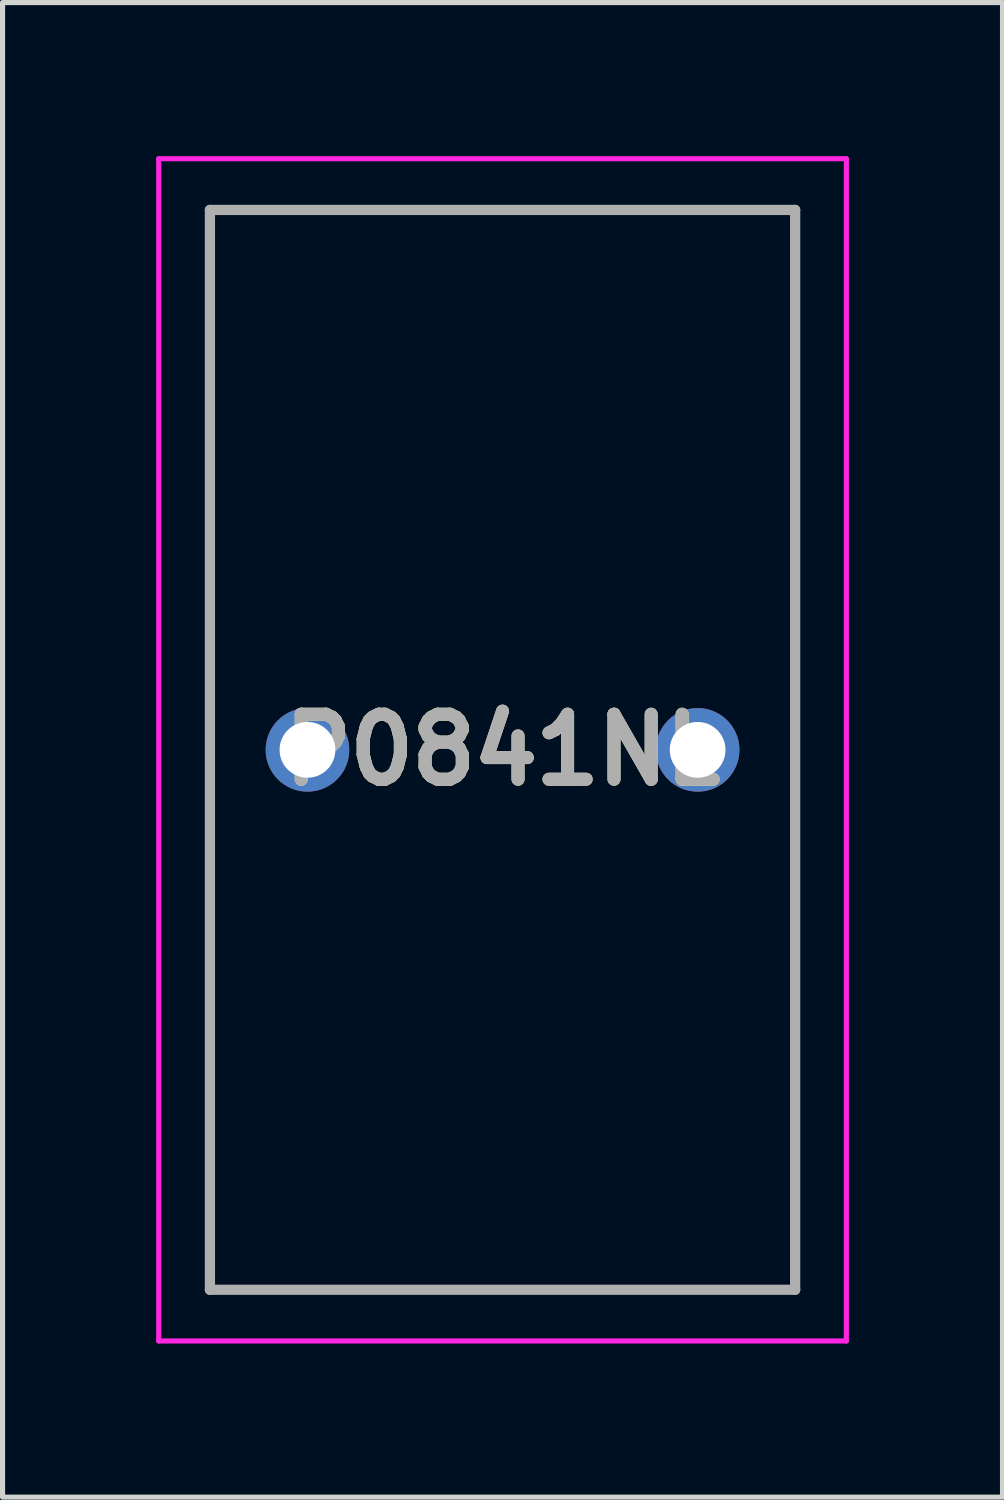
<source format=kicad_pcb>
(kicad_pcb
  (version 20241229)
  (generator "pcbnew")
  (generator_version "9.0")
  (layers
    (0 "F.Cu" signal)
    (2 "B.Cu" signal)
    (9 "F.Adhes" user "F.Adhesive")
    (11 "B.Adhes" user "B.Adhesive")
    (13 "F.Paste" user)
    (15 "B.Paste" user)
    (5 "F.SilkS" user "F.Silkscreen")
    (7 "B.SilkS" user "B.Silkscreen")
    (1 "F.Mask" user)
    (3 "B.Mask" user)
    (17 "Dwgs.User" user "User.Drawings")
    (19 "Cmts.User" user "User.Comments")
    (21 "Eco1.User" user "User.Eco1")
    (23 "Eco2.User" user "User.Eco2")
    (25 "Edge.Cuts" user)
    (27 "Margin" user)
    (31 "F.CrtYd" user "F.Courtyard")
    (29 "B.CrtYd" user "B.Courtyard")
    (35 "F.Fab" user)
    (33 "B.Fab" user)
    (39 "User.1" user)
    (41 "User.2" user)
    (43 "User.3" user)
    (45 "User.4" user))
  (footprint "P0841NL"
    (layer "F.Cu")
    (at 2.955 11.595)
    (property "Reference" "P0841NL" (at 3.81 0 0) (layer "F.SilkS") (effects (font (size 1.27 1.27) (thickness 0.254))))
    (attr through_hole)
    (fp_line (start -1.905 -10.545) (end 9.525 -10.545) (stroke (width 0.1) (type solid)) (layer "F.SilkS"))
    (fp_line (start -1.905 10.545) (end -1.905 -10.545) (stroke (width 0.1) (type solid)) (layer "F.SilkS"))
    (fp_line (start 9.525 -10.545) (end 9.525 10.545) (stroke (width 0.1) (type solid)) (layer "F.SilkS"))
    (fp_line (start 9.525 10.545) (end -1.905 10.545) (stroke (width 0.1) (type solid)) (layer "F.SilkS"))
    (fp_line (start -2.905 -11.545) (end 10.525 -11.545) (stroke (width 0.1) (type solid)) (layer "F.CrtYd"))
    (fp_line (start -2.905 11.545) (end -2.905 -11.545) (stroke (width 0.1) (type solid)) (layer "F.CrtYd"))
    (fp_line (start 10.525 -11.545) (end 10.525 11.545) (stroke (width 0.1) (type solid)) (layer "F.CrtYd"))
    (fp_line (start 10.525 11.545) (end -2.905 11.545) (stroke (width 0.1) (type solid)) (layer "F.CrtYd"))
    (fp_line (start -1.905 -10.545) (end 9.525 -10.545) (stroke (width 0.2) (type solid)) (layer "F.Fab"))
    (fp_line (start -1.905 10.545) (end -1.905 -10.545) (stroke (width 0.2) (type solid)) (layer "F.Fab"))
    (fp_line (start 9.525 -10.545) (end 9.525 10.545) (stroke (width 0.2) (type solid)) (layer "F.Fab"))
    (fp_line (start 9.525 10.545) (end -1.905 10.545) (stroke (width 0.2) (type solid)) (layer "F.Fab"))
    (fp_text user "${REFERENCE}" (at 3.81 0 0) (layer "F.Fab") (effects (font (size 1.27 1.27) (thickness 0.254))))
    (pad "1" thru_hole circle (at 0 0) (size 1.633 1.633) (drill 1.089) (layers "*.Cu" "*.Mask"))
    (pad "2" thru_hole circle (at 7.62 0) (size 1.633 1.633) (drill 1.089) (layers "*.Cu" "*.Mask")))
  (gr_rect
    (start -3 -3)
    (end 16.53 26.19)
    (stroke (width 0.1) (type default))
    (fill no)
    (layer "Edge.Cuts")))
</source>
